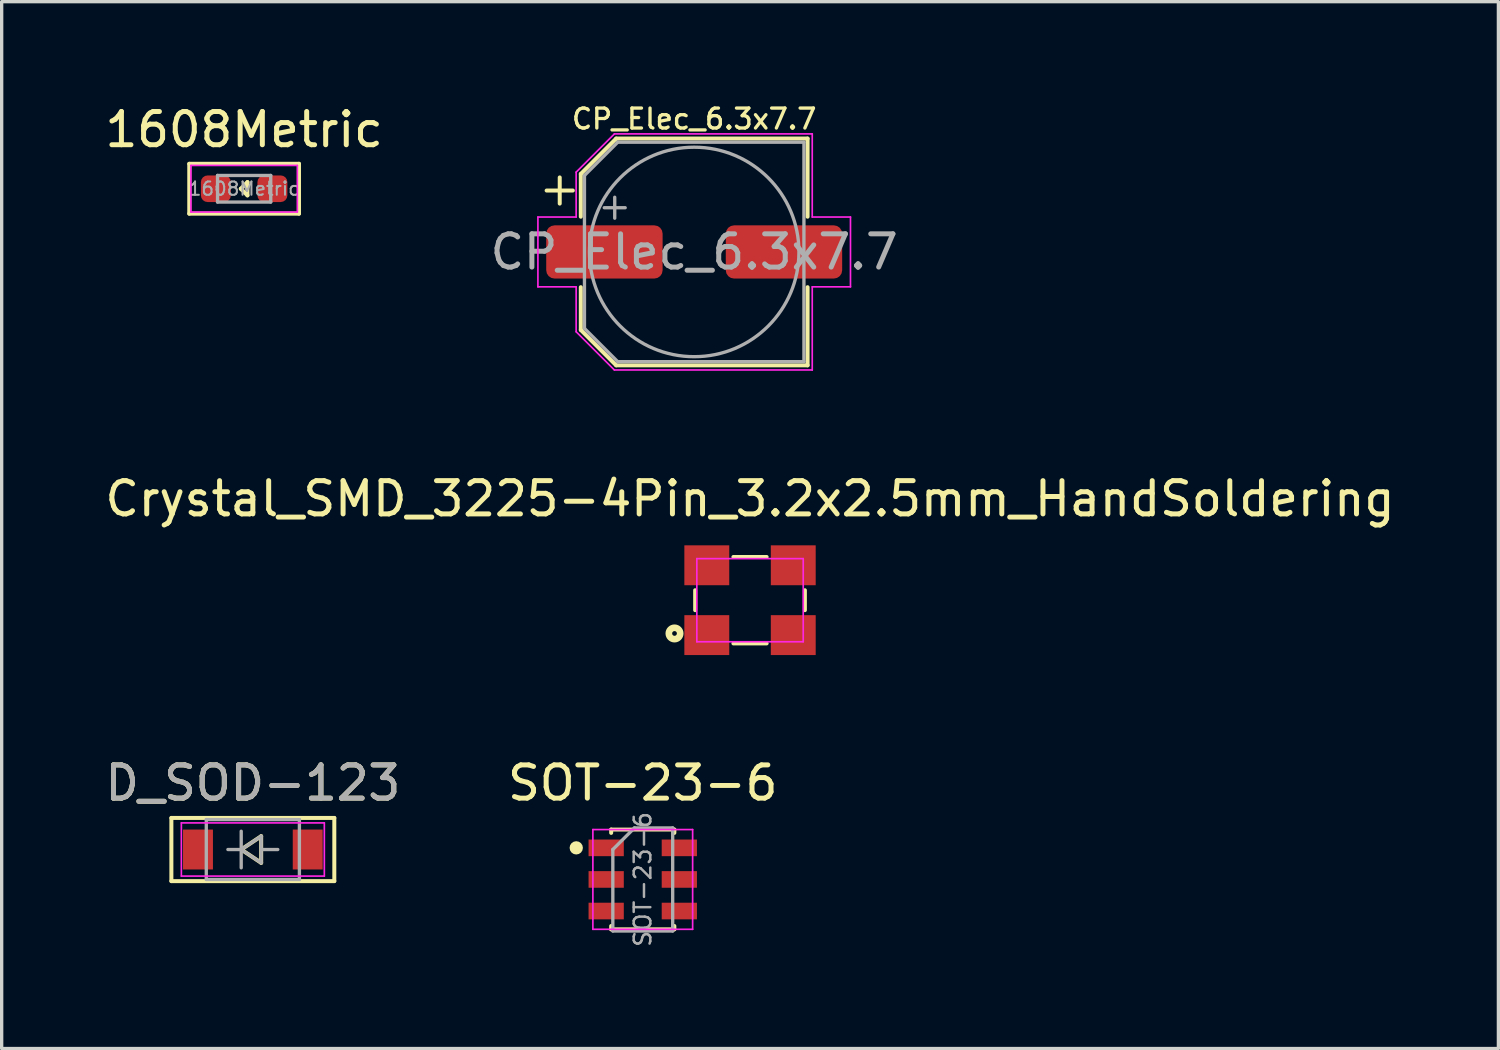
<source format=kicad_pcb>
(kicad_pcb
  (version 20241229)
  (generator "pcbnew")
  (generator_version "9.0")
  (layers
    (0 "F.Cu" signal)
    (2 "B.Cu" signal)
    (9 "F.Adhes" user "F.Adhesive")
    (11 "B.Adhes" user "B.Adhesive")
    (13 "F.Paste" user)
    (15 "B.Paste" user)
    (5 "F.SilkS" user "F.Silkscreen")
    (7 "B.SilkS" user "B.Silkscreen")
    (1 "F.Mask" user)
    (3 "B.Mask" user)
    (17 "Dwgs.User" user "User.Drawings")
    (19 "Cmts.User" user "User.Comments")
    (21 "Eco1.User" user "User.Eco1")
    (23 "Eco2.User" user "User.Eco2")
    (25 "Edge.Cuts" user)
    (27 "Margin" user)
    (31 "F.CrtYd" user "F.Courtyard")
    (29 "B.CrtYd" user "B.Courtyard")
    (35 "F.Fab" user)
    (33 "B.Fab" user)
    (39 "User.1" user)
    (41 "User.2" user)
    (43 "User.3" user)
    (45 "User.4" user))
  (footprint "Crystal_SMD_3225-4Pin_3.2x2.5mm_HandSoldering"
    (layer "F.Cu")
    (at 19.506 15)
    (property "Reference" "Crystal_SMD_3225-4Pin_3.2x2.5mm_HandSoldering" (at 0 -3.05 0) (layer "F.SilkS") (effects (font (size 1 1) (thickness 0.15))))
    (attr smd)
    (fp_line (start -1.65 -0.3) (end -1.65 0.3) (stroke (width 0.12) (type solid)) (layer "F.SilkS"))
    (fp_line (start -0.5 1.3) (end 0.5 1.3) (stroke (width 0.12) (type solid)) (layer "F.SilkS"))
    (fp_line (start 0.5 -1.3) (end -0.5 -1.3) (stroke (width 0.12) (type solid)) (layer "F.SilkS"))
    (fp_line (start 1.65 0.3) (end 1.65 -0.3) (stroke (width 0.12) (type solid)) (layer "F.SilkS"))
    (fp_circle (center -2.271 1) (end -2.2 1) (stroke (width 0.2) (type solid)) (fill no) (layer "F.SilkS"))
    (fp_line (start -1.6 -1.25) (end -1.6 1.25) (stroke (width 0.05) (type solid)) (layer "F.CrtYd"))
    (fp_line (start -1.6 1.25) (end 1.6 1.25) (stroke (width 0.05) (type solid)) (layer "F.CrtYd"))
    (fp_line (start 1.6 -1.25) (end -1.6 -1.25) (stroke (width 0.05) (type solid)) (layer "F.CrtYd"))
    (fp_line (start 1.6 1.25) (end 1.6 -1.25) (stroke (width 0.05) (type solid)) (layer "F.CrtYd"))
    (pad "1" smd rect (at -1.3 1.05) (size 1.35 1.2) (layers "F.Cu" "F.Mask" "F.Paste"))
    (pad "2" smd rect (at 1.3 1.05) (size 1.35 1.2) (layers "F.Cu" "F.Mask" "F.Paste"))
    (pad "3" smd rect (at 1.3 -1.05) (size 1.35 1.2) (layers "F.Cu" "F.Mask" "F.Paste"))
    (pad "4" smd rect (at -1.3 -1.05) (size 1.35 1.2) (layers "F.Cu" "F.Mask" "F.Paste")))
  (footprint "SOT-23-6"
    (layer "F.Cu")
    (at 16.28 23.398)
    (property "Reference" "SOT-23-6" (at 0 -2.9 0) (layer "F.SilkS") (effects (font (size 1 1) (thickness 0.15))))
    (attr smd)
    (fp_line (start -0.95 -1.5) (end -0.95 -1.4) (stroke (width 0.12) (type solid)) (layer "F.SilkS"))
    (fp_line (start -0.95 1.4) (end -0.95 1.5) (stroke (width 0.12) (type solid)) (layer "F.SilkS"))
    (fp_line (start -0.95 1.5) (end 0.95 1.5) (stroke (width 0.12) (type solid)) (layer "F.SilkS"))
    (fp_line (start 0.95 -1.5) (end -0.95 -1.5) (stroke (width 0.12) (type solid)) (layer "F.SilkS"))
    (fp_line (start 0.95 -1.4) (end 0.95 -1.5) (stroke (width 0.12) (type solid)) (layer "F.SilkS"))
    (fp_line (start 0.95 1.5) (end 0.95 1.4) (stroke (width 0.12) (type solid)) (layer "F.SilkS"))
    (fp_circle (center -2 -0.95) (end -1.9 -0.95) (stroke (width 0.2) (type solid)) (fill no) (layer "F.SilkS"))
    (fp_line (start -1.5 -1.5) (end -1.5 1.5) (stroke (width 0.05) (type solid)) (layer "F.CrtYd"))
    (fp_line (start -1.5 1.5) (end 1.5 1.5) (stroke (width 0.05) (type solid)) (layer "F.CrtYd"))
    (fp_line (start 1.5 -1.5) (end -1.5 -1.5) (stroke (width 0.05) (type solid)) (layer "F.CrtYd"))
    (fp_line (start 1.5 1.5) (end 1.5 -1.5) (stroke (width 0.05) (type solid)) (layer "F.CrtYd"))
    (fp_line (start -0.9 -0.9) (end -0.9 1.55) (stroke (width 0.1) (type solid)) (layer "F.Fab"))
    (fp_line (start -0.9 -0.9) (end -0.25 -1.55) (stroke (width 0.1) (type solid)) (layer "F.Fab"))
    (fp_line (start 0.9 -1.55) (end -0.25 -1.55) (stroke (width 0.1) (type solid)) (layer "F.Fab"))
    (fp_line (start 0.9 -1.55) (end 0.9 1.55) (stroke (width 0.1) (type solid)) (layer "F.Fab"))
    (fp_line (start 0.9 1.55) (end -0.9 1.55) (stroke (width 0.1) (type solid)) (layer "F.Fab"))
    (fp_text user "${REFERENCE}" (at 0 0 90) (layer "F.Fab") (effects (font (size 0.5 0.5) (thickness 0.075))))
    (pad "1" smd rect (at -1.1 -0.95) (size 1.06 0.5) (layers "F.Cu" "F.Mask" "F.Paste"))
    (pad "2" smd rect (at -1.1 0) (size 1.06 0.5) (layers "F.Cu" "F.Mask" "F.Paste"))
    (pad "3" smd rect (at -1.1 0.95) (size 1.06 0.5) (layers "F.Cu" "F.Mask" "F.Paste"))
    (pad "4" smd rect (at 1.1 0.95) (size 1.06 0.5) (layers "F.Cu" "F.Mask" "F.Paste"))
    (pad "5" smd rect (at 1.1 0) (size 1.06 0.5) (layers "F.Cu" "F.Mask" "F.Paste"))
    (pad "6" smd rect (at 1.1 -0.95) (size 1.06 0.5) (layers "F.Cu" "F.Mask" "F.Paste")))
  (footprint "1608Metric"
    (layer "F.Cu")
    (at 4.292 2.626)
    (property "Reference" "1608Metric" (at 0 -1.778 0) (layer "F.SilkS") (effects (font (size 1 1) (thickness 0.15))))
    (attr smd)
    (fp_line (start -1.65 -0.75) (end -1.65 0.75) (stroke (width 0.12) (type solid)) (layer "F.SilkS"))
    (fp_line (start -1.65 -0.75) (end 1.65 -0.75) (stroke (width 0.12) (type solid)) (layer "F.SilkS"))
    (fp_line (start -1.65 0.75) (end 1.65 0.75) (stroke (width 0.12) (type solid)) (layer "F.SilkS"))
    (fp_line (start -0.1 0) (end 0.1 -0.2) (stroke (width 0.12) (type solid)) (layer "F.SilkS"))
    (fp_line (start 0.1 -0.2) (end 0.1 0.2) (stroke (width 0.12) (type solid)) (layer "F.SilkS"))
    (fp_line (start 0.1 0.2) (end -0.1 0) (stroke (width 0.12) (type solid)) (layer "F.SilkS"))
    (fp_line (start 1.65 -0.75) (end 1.65 0.75) (stroke (width 0.12) (type solid)) (layer "F.SilkS"))
    (fp_line (start -1.6 -0.7) (end 1.6 -0.7) (stroke (width 0.05) (type solid)) (layer "F.CrtYd"))
    (fp_line (start -1.6 0.7) (end -1.6 -0.7) (stroke (width 0.05) (type solid)) (layer "F.CrtYd"))
    (fp_line (start 1.6 -0.7) (end 1.6 0.7) (stroke (width 0.05) (type solid)) (layer "F.CrtYd"))
    (fp_line (start 1.6 0.7) (end -1.6 0.7) (stroke (width 0.05) (type solid)) (layer "F.CrtYd"))
    (fp_line (start -0.8 -0.4) (end 0.8 -0.4) (stroke (width 0.1) (type solid)) (layer "F.Fab"))
    (fp_line (start -0.8 0.4) (end -0.8 -0.4) (stroke (width 0.1) (type solid)) (layer "F.Fab"))
    (fp_line (start 0.8 -0.4) (end 0.8 0.4) (stroke (width 0.1) (type solid)) (layer "F.Fab"))
    (fp_line (start 0.8 0.4) (end -0.8 0.4) (stroke (width 0.1) (type solid)) (layer "F.Fab"))
    (fp_text user "${REFERENCE}" (at 0 0 0) (layer "F.Fab") (effects (font (size 0.4 0.4) (thickness 0.06))))
    (pad "1" smd roundrect (at -0.85 0) (size 0.9 0.8) (layers "F.Cu" "F.Mask" "F.Paste") (roundrect_rratio 0.25))
    (pad "2" smd roundrect (at 0.85 0) (size 0.9 0.8) (layers "F.Cu" "F.Mask" "F.Paste") (roundrect_rratio 0.25)))
  (footprint "D_SOD-123"
    (layer "F.Cu")
    (at 4.554 22.498)
    (property "Reference" "D_SOD-123" (at 0 -2 0) (layer "F.SilkS") (effects (font (size 1 1) (thickness 0.15))))
    (attr smd)
    (fp_line (start -2.45 -0.95) (end -2.45 0.95) (stroke (width 0.12) (type solid)) (layer "F.SilkS"))
    (fp_line (start -2.45 -0.95) (end 2.45 -0.95) (stroke (width 0.12) (type solid)) (layer "F.SilkS"))
    (fp_line (start -2.45 0.95) (end 2.45 0.95) (stroke (width 0.12) (type solid)) (layer "F.SilkS"))
    (fp_line (start -0.35 0) (end 0.25 -0.4) (stroke (width 0.12) (type solid)) (layer "F.SilkS"))
    (fp_line (start 0.25 -0.4) (end 0.25 0.4) (stroke (width 0.12) (type solid)) (layer "F.SilkS"))
    (fp_line (start 0.25 0.4) (end -0.35 0) (stroke (width 0.12) (type solid)) (layer "F.SilkS"))
    (fp_line (start 2.45 -0.95) (end 2.45 0.95) (stroke (width 0.12) (type solid)) (layer "F.SilkS"))
    (fp_line (start -2.15 -0.8) (end -2.15 0.8) (stroke (width 0.05) (type solid)) (layer "F.CrtYd"))
    (fp_line (start -2.15 -0.8) (end 2.15 -0.8) (stroke (width 0.05) (type solid)) (layer "F.CrtYd"))
    (fp_line (start 2.15 -0.8) (end 2.15 0.8) (stroke (width 0.05) (type solid)) (layer "F.CrtYd"))
    (fp_line (start 2.15 0.8) (end -2.15 0.8) (stroke (width 0.05) (type solid)) (layer "F.CrtYd"))
    (fp_line (start -1.4 -0.9) (end 1.4 -0.9) (stroke (width 0.1) (type solid)) (layer "F.Fab"))
    (fp_line (start -1.4 0.9) (end -1.4 -0.9) (stroke (width 0.1) (type solid)) (layer "F.Fab"))
    (fp_line (start -0.75 0) (end -0.35 0) (stroke (width 0.1) (type solid)) (layer "F.Fab"))
    (fp_line (start -0.35 0) (end -0.35 -0.55) (stroke (width 0.1) (type solid)) (layer "F.Fab"))
    (fp_line (start -0.35 0) (end -0.35 0.55) (stroke (width 0.1) (type solid)) (layer "F.Fab"))
    (fp_line (start -0.35 0) (end 0.25 -0.4) (stroke (width 0.1) (type solid)) (layer "F.Fab"))
    (fp_line (start 0.25 -0.4) (end 0.25 0.4) (stroke (width 0.1) (type solid)) (layer "F.Fab"))
    (fp_line (start 0.25 0) (end 0.75 0) (stroke (width 0.1) (type solid)) (layer "F.Fab"))
    (fp_line (start 0.25 0.4) (end -0.35 0) (stroke (width 0.1) (type solid)) (layer "F.Fab"))
    (fp_line (start 1.4 -0.9) (end 1.4 0.9) (stroke (width 0.1) (type solid)) (layer "F.Fab"))
    (fp_line (start 1.4 0.9) (end -1.4 0.9) (stroke (width 0.1) (type solid)) (layer "F.Fab"))
    (fp_text user "${REFERENCE}" (at 0 -2 0) (layer "F.Fab") (effects (font (size 1 1) (thickness 0.15))))
    (pad "1" smd rect (at -1.65 0) (size 0.9 1.2) (layers "F.Cu" "F.Mask" "F.Paste"))
    (pad "2" smd rect (at 1.65 0) (size 0.9 1.2) (layers "F.Cu" "F.Mask" "F.Paste")))
  (footprint "CP_Elec_6.3x7.7"
    (layer "F.Cu")
    (at 17.827 4.527)
    (property "Reference" "CP_Elec_6.3x7.7" (at 0 -4 0) (layer "F.SilkS") (effects (font (size 0.6 0.6) (thickness 0.1))))
    (attr smd)
    (fp_line (start -4.438 -1.847) (end -3.65 -1.847) (stroke (width 0.12) (type solid)) (layer "F.SilkS"))
    (fp_line (start -4.044 -2.241) (end -4.044 -1.454) (stroke (width 0.12) (type solid)) (layer "F.SilkS"))
    (fp_line (start -3.41 -2.346) (end -3.41 -1.06) (stroke (width 0.12) (type solid)) (layer "F.SilkS"))
    (fp_line (start -3.41 -2.346) (end -2.346 -3.41) (stroke (width 0.12) (type solid)) (layer "F.SilkS"))
    (fp_line (start -3.41 2.346) (end -3.41 1.06) (stroke (width 0.12) (type solid)) (layer "F.SilkS"))
    (fp_line (start -3.41 2.346) (end -2.346 3.41) (stroke (width 0.12) (type solid)) (layer "F.SilkS"))
    (fp_line (start -2.346 -3.41) (end 3.41 -3.41) (stroke (width 0.12) (type solid)) (layer "F.SilkS"))
    (fp_line (start -2.346 3.41) (end 3.41 3.41) (stroke (width 0.12) (type solid)) (layer "F.SilkS"))
    (fp_line (start 3.41 -3.41) (end 3.41 -1.06) (stroke (width 0.12) (type solid)) (layer "F.SilkS"))
    (fp_line (start 3.41 3.41) (end 3.41 1.06) (stroke (width 0.12) (type solid)) (layer "F.SilkS"))
    (fp_line (start -4.7 -1.05) (end -4.7 1.05) (stroke (width 0.05) (type solid)) (layer "F.CrtYd"))
    (fp_line (start -4.7 1.05) (end -3.55 1.05) (stroke (width 0.05) (type solid)) (layer "F.CrtYd"))
    (fp_line (start -3.55 -2.4) (end -3.55 -1.05) (stroke (width 0.05) (type solid)) (layer "F.CrtYd"))
    (fp_line (start -3.55 -2.4) (end -2.4 -3.55) (stroke (width 0.05) (type solid)) (layer "F.CrtYd"))
    (fp_line (start -3.55 -1.05) (end -4.7 -1.05) (stroke (width 0.05) (type solid)) (layer "F.CrtYd"))
    (fp_line (start -3.55 1.05) (end -3.55 2.4) (stroke (width 0.05) (type solid)) (layer "F.CrtYd"))
    (fp_line (start -3.55 2.4) (end -2.4 3.55) (stroke (width 0.05) (type solid)) (layer "F.CrtYd"))
    (fp_line (start -2.4 -3.55) (end 3.55 -3.55) (stroke (width 0.05) (type solid)) (layer "F.CrtYd"))
    (fp_line (start -2.4 3.55) (end 3.55 3.55) (stroke (width 0.05) (type solid)) (layer "F.CrtYd"))
    (fp_line (start 3.55 -3.55) (end 3.55 -1.05) (stroke (width 0.05) (type solid)) (layer "F.CrtYd"))
    (fp_line (start 3.55 -1.05) (end 4.7 -1.05) (stroke (width 0.05) (type solid)) (layer "F.CrtYd"))
    (fp_line (start 3.55 1.05) (end 3.55 3.55) (stroke (width 0.05) (type solid)) (layer "F.CrtYd"))
    (fp_line (start 4.7 -1.05) (end 4.7 1.05) (stroke (width 0.05) (type solid)) (layer "F.CrtYd"))
    (fp_line (start 4.7 1.05) (end 3.55 1.05) (stroke (width 0.05) (type solid)) (layer "F.CrtYd"))
    (fp_line (start -3.3 -2.3) (end -3.3 2.3) (stroke (width 0.1) (type solid)) (layer "F.Fab"))
    (fp_line (start -3.3 -2.3) (end -2.3 -3.3) (stroke (width 0.1) (type solid)) (layer "F.Fab"))
    (fp_line (start -3.3 2.3) (end -2.3 3.3) (stroke (width 0.1) (type solid)) (layer "F.Fab"))
    (fp_line (start -2.705 -1.33) (end -2.075 -1.33) (stroke (width 0.1) (type solid)) (layer "F.Fab"))
    (fp_line (start -2.39 -1.645) (end -2.39 -1.015) (stroke (width 0.1) (type solid)) (layer "F.Fab"))
    (fp_line (start -2.3 -3.3) (end 3.3 -3.3) (stroke (width 0.1) (type solid)) (layer "F.Fab"))
    (fp_line (start -2.3 3.3) (end 3.3 3.3) (stroke (width 0.1) (type solid)) (layer "F.Fab"))
    (fp_line (start 3.3 -3.3) (end 3.3 3.3) (stroke (width 0.1) (type solid)) (layer "F.Fab"))
    (fp_circle (center 0 0) (end 3.15 0) (stroke (width 0.1) (type solid)) (fill no) (layer "F.Fab"))
    (fp_text user "${REFERENCE}" (at 0 0 0) (layer "F.Fab") (effects (font (size 1 1) (thickness 0.15))))
    (pad "1" smd roundrect (at -2.7 0) (size 3.5 1.6) (layers "F.Cu" "F.Mask" "F.Paste") (roundrect_rratio 0.156))
    (pad "2" smd roundrect (at 2.7 0) (size 3.5 1.6) (layers "F.Cu" "F.Mask" "F.Paste") (roundrect_rratio 0.156)))
  (gr_rect
    (start -3 -3)
    (end 42.012 28.484)
    (stroke (width 0.1) (type default))
    (fill no)
    (layer "Edge.Cuts")))
</source>
